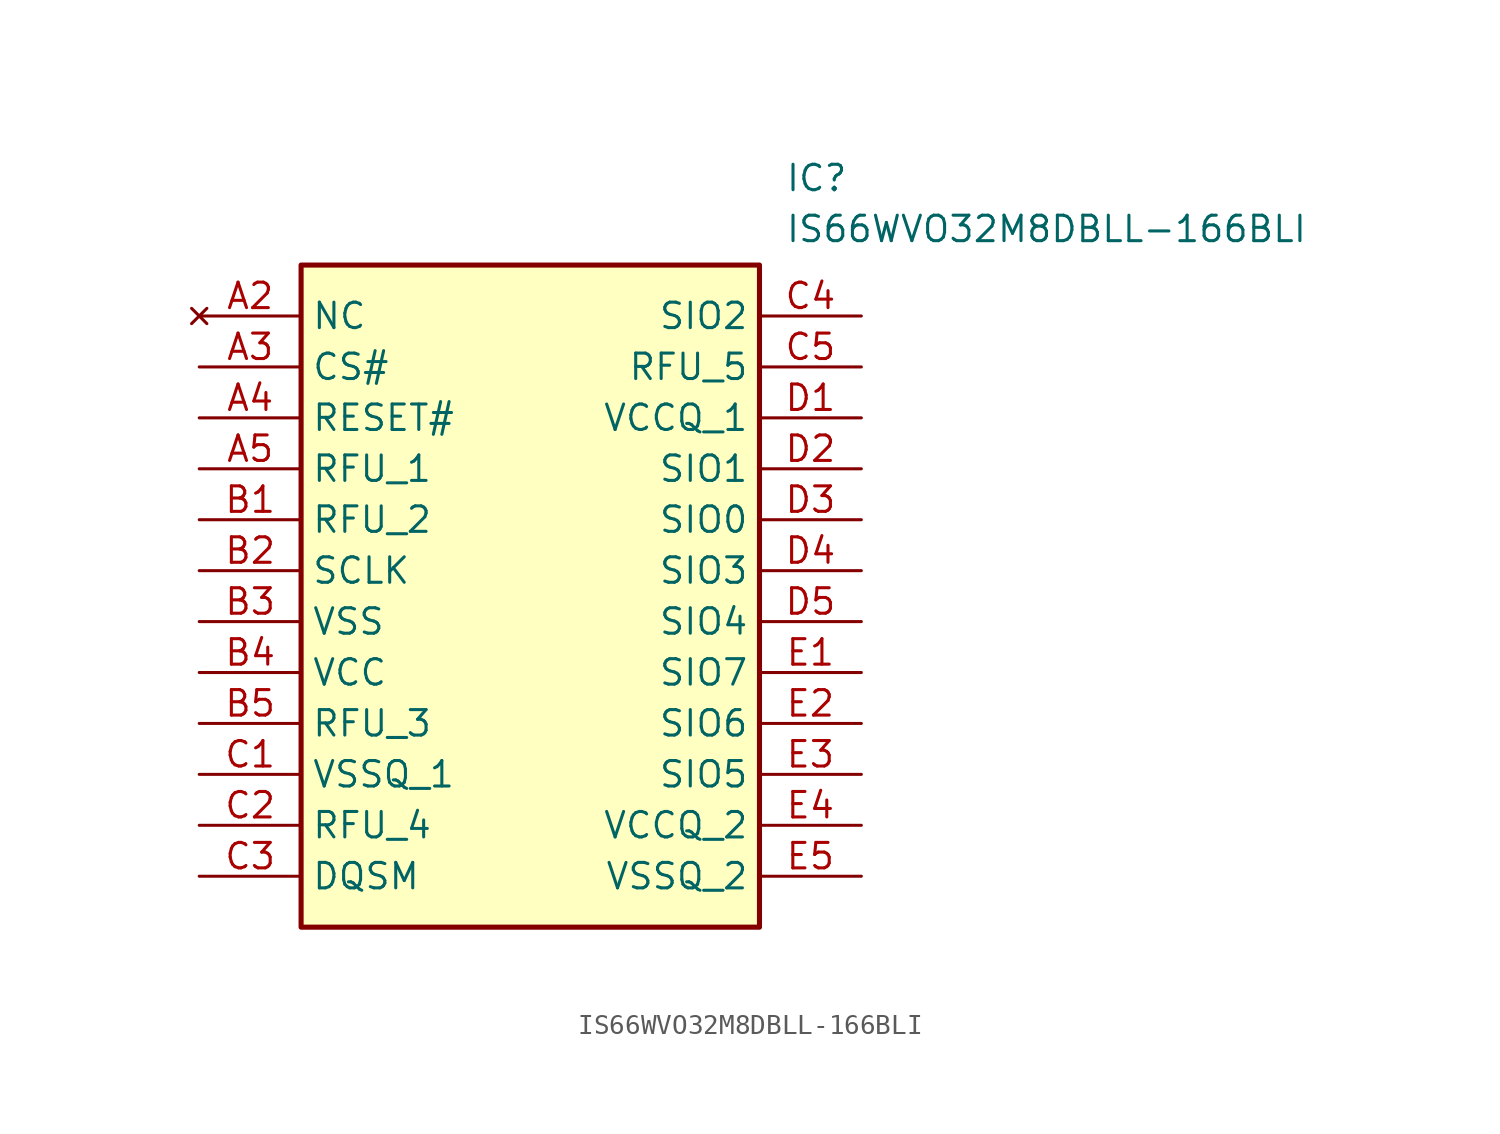
<source format=kicad_sym>
(kicad_symbol_lib
  (version 20211014)
  (generator SamacSys_ECAD_Model)
  (symbol "IS66WVO32M8DBLL-166BLI"
    (property "Reference" "IC"
      (at 29.21 7.62 0)
      (effects (font (size 1.27 1.27)) (justify left top)))
    (property "Value" "IS66WVO32M8DBLL-166BLI"
      (at 29.21 5.08 0)
      (effects (font (size 1.27 1.27)) (justify left top)))
    (rectangle
      (start 5.08 2.54)
      (end 27.94 -30.48)
      (stroke (width 0.254) (type default))
      (fill (type background)))
    (pin no_connect line
      (at 0 0 0)
      (length 5.08)
      (name "NC" (effects (font (size 1.27 1.27))))
      (number "A2" (effects (font (size 1.27 1.27)))))
    (pin passive line
      (at 0 -2.54 0)
      (length 5.08)
      (name "CS#" (effects (font (size 1.27 1.27))))
      (number "A3" (effects (font (size 1.27 1.27)))))
    (pin passive line
      (at 0 -5.08 0)
      (length 5.08)
      (name "RESET#" (effects (font (size 1.27 1.27))))
      (number "A4" (effects (font (size 1.27 1.27)))))
    (pin passive line
      (at 0 -7.62 0)
      (length 5.08)
      (name "RFU_1" (effects (font (size 1.27 1.27))))
      (number "A5" (effects (font (size 1.27 1.27)))))
    (pin passive line
      (at 0 -10.16 0)
      (length 5.08)
      (name "RFU_2" (effects (font (size 1.27 1.27))))
      (number "B1" (effects (font (size 1.27 1.27)))))
    (pin passive line
      (at 0 -12.7 0)
      (length 5.08)
      (name "SCLK" (effects (font (size 1.27 1.27))))
      (number "B2" (effects (font (size 1.27 1.27)))))
    (pin passive line
      (at 0 -15.24 0)
      (length 5.08)
      (name "VSS" (effects (font (size 1.27 1.27))))
      (number "B3" (effects (font (size 1.27 1.27)))))
    (pin passive line
      (at 0 -17.78 0)
      (length 5.08)
      (name "VCC" (effects (font (size 1.27 1.27))))
      (number "B4" (effects (font (size 1.27 1.27)))))
    (pin passive line
      (at 0 -20.32 0)
      (length 5.08)
      (name "RFU_3" (effects (font (size 1.27 1.27))))
      (number "B5" (effects (font (size 1.27 1.27)))))
    (pin passive line
      (at 0 -22.86 0)
      (length 5.08)
      (name "VSSQ_1" (effects (font (size 1.27 1.27))))
      (number "C1" (effects (font (size 1.27 1.27)))))
    (pin passive line
      (at 0 -25.4 0)
      (length 5.08)
      (name "RFU_4" (effects (font (size 1.27 1.27))))
      (number "C2" (effects (font (size 1.27 1.27)))))
    (pin passive line
      (at 0 -27.94 0)
      (length 5.08)
      (name "DQSM" (effects (font (size 1.27 1.27))))
      (number "C3" (effects (font (size 1.27 1.27)))))
    (pin passive line
      (at 33.02 0 180)
      (length 5.08)
      (name "SIO2" (effects (font (size 1.27 1.27))))
      (number "C4" (effects (font (size 1.27 1.27)))))
    (pin passive line
      (at 33.02 -2.54 180)
      (length 5.08)
      (name "RFU_5" (effects (font (size 1.27 1.27))))
      (number "C5" (effects (font (size 1.27 1.27)))))
    (pin passive line
      (at 33.02 -5.08 180)
      (length 5.08)
      (name "VCCQ_1" (effects (font (size 1.27 1.27))))
      (number "D1" (effects (font (size 1.27 1.27)))))
    (pin passive line
      (at 33.02 -7.62 180)
      (length 5.08)
      (name "SIO1" (effects (font (size 1.27 1.27))))
      (number "D2" (effects (font (size 1.27 1.27)))))
    (pin passive line
      (at 33.02 -10.16 180)
      (length 5.08)
      (name "SIO0" (effects (font (size 1.27 1.27))))
      (number "D3" (effects (font (size 1.27 1.27)))))
    (pin passive line
      (at 33.02 -12.7 180)
      (length 5.08)
      (name "SIO3" (effects (font (size 1.27 1.27))))
      (number "D4" (effects (font (size 1.27 1.27)))))
    (pin passive line
      (at 33.02 -15.24 180)
      (length 5.08)
      (name "SIO4" (effects (font (size 1.27 1.27))))
      (number "D5" (effects (font (size 1.27 1.27)))))
    (pin passive line
      (at 33.02 -17.78 180)
      (length 5.08)
      (name "SIO7" (effects (font (size 1.27 1.27))))
      (number "E1" (effects (font (size 1.27 1.27)))))
    (pin passive line
      (at 33.02 -20.32 180)
      (length 5.08)
      (name "SIO6" (effects (font (size 1.27 1.27))))
      (number "E2" (effects (font (size 1.27 1.27)))))
    (pin passive line
      (at 33.02 -22.86 180)
      (length 5.08)
      (name "SIO5" (effects (font (size 1.27 1.27))))
      (number "E3" (effects (font (size 1.27 1.27)))))
    (pin passive line
      (at 33.02 -25.4 180)
      (length 5.08)
      (name "VCCQ_2" (effects (font (size 1.27 1.27))))
      (number "E4" (effects (font (size 1.27 1.27)))))
    (pin passive line
      (at 33.02 -27.94 180)
      (length 5.08)
      (name "VSSQ_2" (effects (font (size 1.27 1.27))))
      (number "E5" (effects (font (size 1.27 1.27)))))))
</source>
